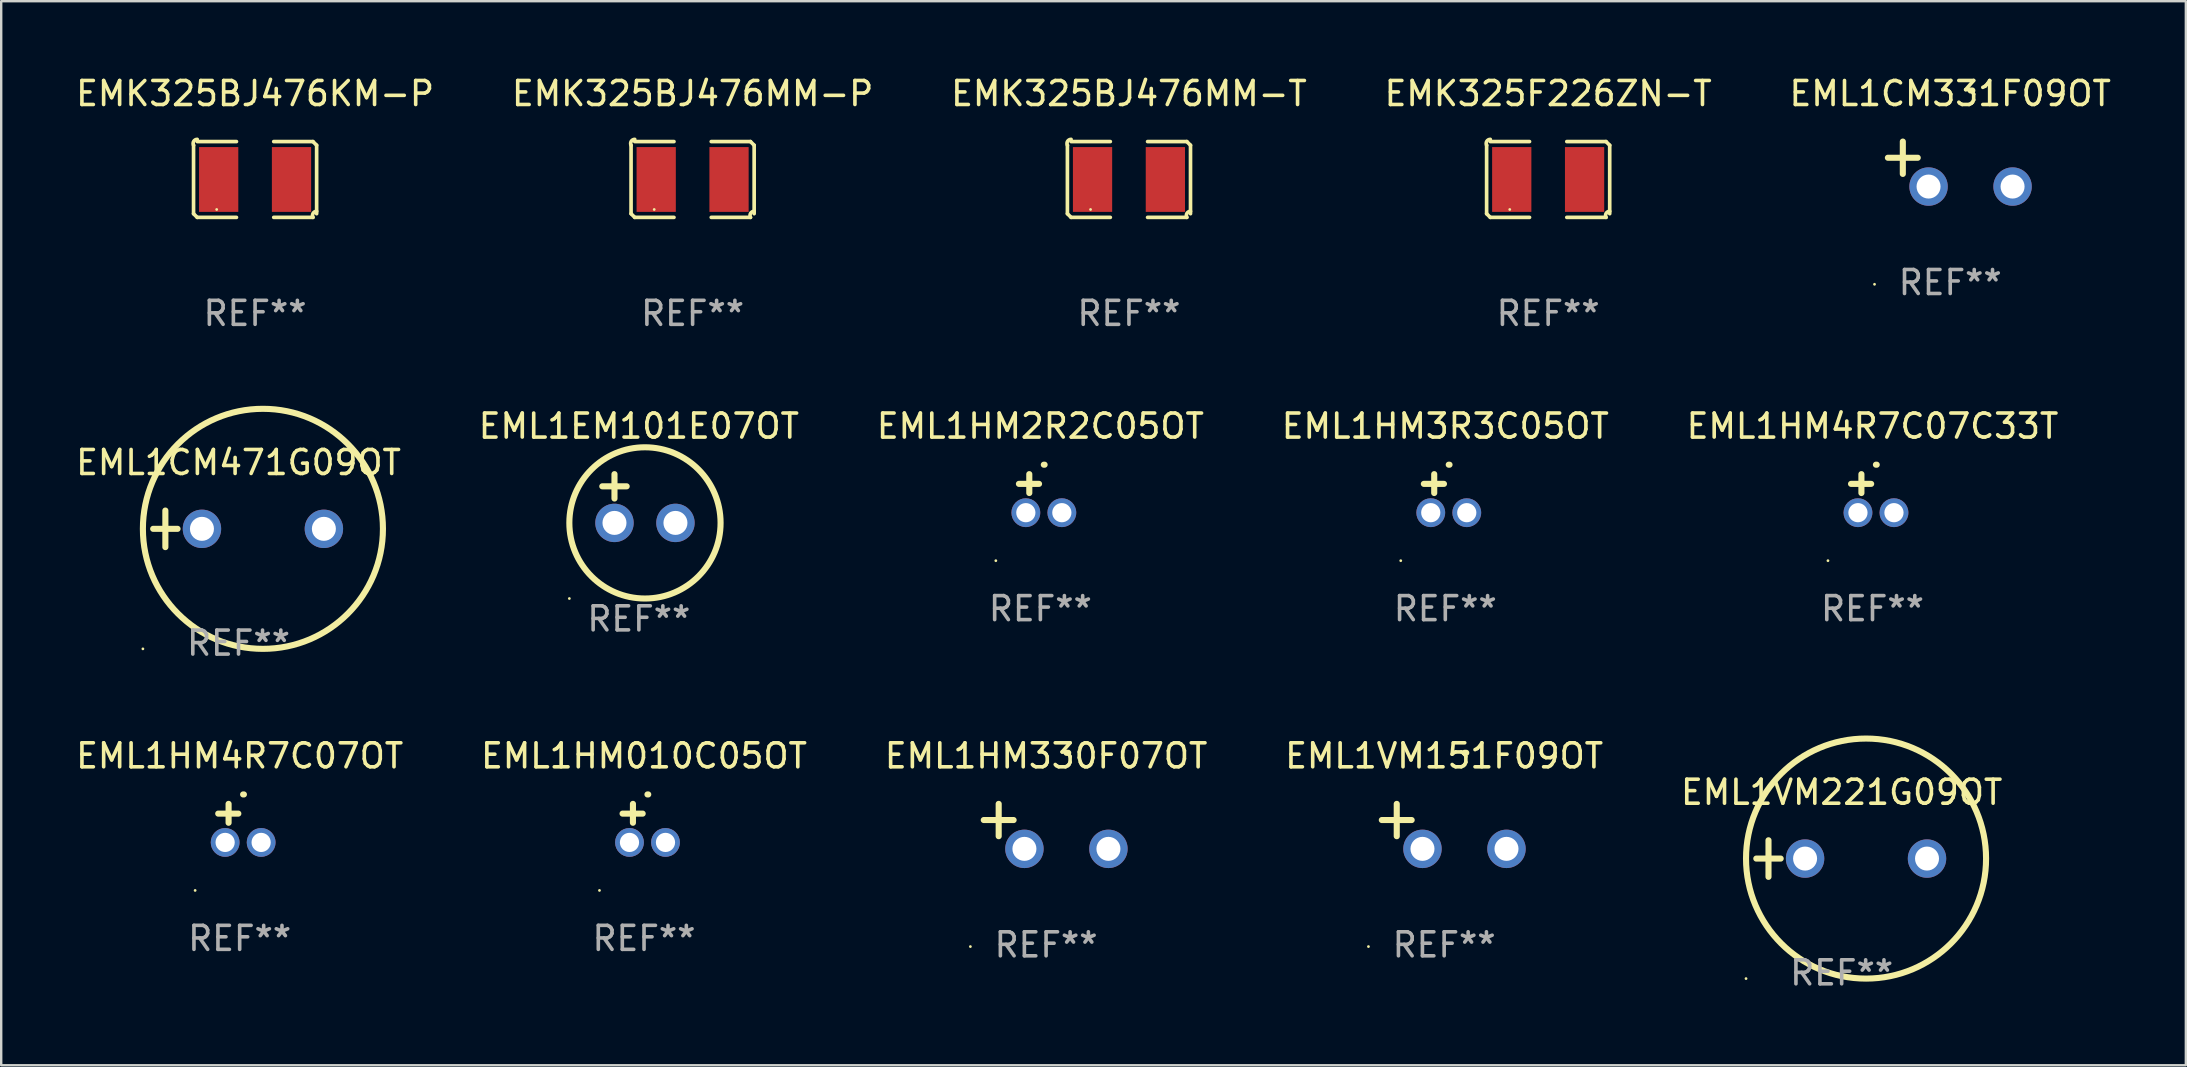
<source format=kicad_pcb>
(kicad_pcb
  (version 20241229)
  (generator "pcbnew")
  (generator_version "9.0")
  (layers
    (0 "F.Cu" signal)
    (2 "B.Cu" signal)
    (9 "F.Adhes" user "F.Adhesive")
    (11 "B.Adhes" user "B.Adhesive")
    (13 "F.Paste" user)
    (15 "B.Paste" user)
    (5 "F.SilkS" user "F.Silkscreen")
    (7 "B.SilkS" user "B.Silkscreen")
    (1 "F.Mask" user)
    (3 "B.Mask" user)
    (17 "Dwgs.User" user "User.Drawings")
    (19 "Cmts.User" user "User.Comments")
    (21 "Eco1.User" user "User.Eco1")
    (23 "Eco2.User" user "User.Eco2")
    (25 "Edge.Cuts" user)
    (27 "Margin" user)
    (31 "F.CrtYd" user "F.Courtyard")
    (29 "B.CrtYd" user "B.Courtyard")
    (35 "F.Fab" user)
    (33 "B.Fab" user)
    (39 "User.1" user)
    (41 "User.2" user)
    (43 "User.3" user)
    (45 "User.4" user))
  (footprint "EML1VM221G09OT"
    (layer "F.Cu")
    (at 73.673 32.718)
    (property "Reference" "EML1VM221G09OT" (at 0 -2.762 0) (layer "F.SilkS") (effects (font (size 1 1) (thickness 0.15))))
    (attr through_hole)
    (fp_line (start -3.556 0) (end -2.54 0) (stroke (width 0.254) (type solid)) (layer "F.SilkS"))
    (fp_line (start -3.048 -0.762) (end -3.048 0.762) (stroke (width 0.254) (type solid)) (layer "F.SilkS"))
    (fp_circle (center -3.984 5) (end -3.954 5) (stroke (width 0.06) (type solid)) (fill no) (layer "F.SilkS"))
    (fp_circle (center 1.016 0) (end 6.016 0) (stroke (width 0.254) (type solid)) (fill no) (layer "F.SilkS"))
    (fp_text user "REF**" (at 0 4.762 0) (layer "F.Fab") (effects (font (size 1 1) (thickness 0.15))))
    (pad "1" thru_hole circle (at -1.524 0) (size 1.6 1.6) (drill 1) (layers "*.Cu" "*.Mask"))
    (pad "2" thru_hole circle (at 3.556 0) (size 1.6 1.6) (drill 1) (layers "*.Cu" "*.Mask")))
  (footprint "EMK325BJ476MM-P"
    (layer "F.Cu")
    (at 25.804 4.427)
    (property "Reference" "EMK325BJ476MM-P" (at 0 -3.579 0) (layer "F.SilkS") (effects (font (size 1 1) (thickness 0.15))))
    (attr through_hole)
    (fp_line (start -2.564 1.426) (end -2.564 -1.426) (stroke (width 0.152) (type solid)) (layer "F.SilkS"))
    (fp_line (start -2.411 -1.579) (end -0.776 -1.579) (stroke (width 0.152) (type solid)) (layer "F.SilkS"))
    (fp_line (start -0.776 1.579) (end -2.411 1.579) (stroke (width 0.152) (type solid)) (layer "F.SilkS"))
    (fp_line (start 0.776 1.579) (end 2.411 1.579) (stroke (width 0.152) (type solid)) (layer "F.SilkS"))
    (fp_line (start 2.411 -1.579) (end 0.776 -1.579) (stroke (width 0.152) (type solid)) (layer "F.SilkS"))
    (fp_line (start 2.564 1.426) (end 2.564 -1.426) (stroke (width 0.152) (type solid)) (layer "F.SilkS"))
    (fp_arc (start -2.563602 -1.426213) (mid -2.555597 -1.591233) (end -2.411201 -1.671518) (stroke (width 0.1524) (type solid)) (layer "F.SilkS"))
    (fp_arc (start -2.5636 1.426214) (mid -2.487389 1.502402) (end -2.411201 1.578613) (stroke (width 0.1524) (type solid)) (layer "F.SilkS"))
    (fp_arc (start 2.411197 -1.578618) (mid 2.487403 -1.502419) (end 2.563602 -1.426213) (stroke (width 0.1524) (type solid)) (layer "F.SilkS"))
    (fp_arc (start 2.411201 1.578613) (mid 2.416214 1.409455) (end 2.563602 1.32629) (stroke (width 0.1524) (type solid)) (layer "F.SilkS"))
    (fp_circle (center -1.6 1.25) (end -1.57 1.25) (stroke (width 0.06) (type solid)) (fill no) (layer "F.SilkS"))
    (fp_text user "REF**" (at 0 5.579 0) (layer "F.Fab") (effects (font (size 1 1) (thickness 0.15))))
    (pad "1" smd rect (at -1.517 0) (size 1.635 2.7) (layers "F.Cu" "F.Mask" "F.Paste"))
    (pad "2" smd rect (at 1.517 0) (size 1.635 2.7) (layers "F.Cu" "F.Mask" "F.Paste")))
  (footprint "EML1CM331F09OT"
    (layer "F.Cu")
    (at 78.196 3.785)
    (property "Reference" "EML1CM331F09OT" (at 0 -2.937 0) (layer "F.SilkS") (effects (font (size 1 1) (thickness 0.15))))
    (attr through_hole)
    (fp_line (start -1.975 0.41) (end -1.975 -0.937) (stroke (width 0.254) (type solid)) (layer "F.SilkS"))
    (fp_line (start -1.353 -0.263) (end -2.597 -0.263) (stroke (width 0.254) (type solid)) (layer "F.SilkS"))
    (fp_arc (start 0.849809 -3.063957) (mid 0.885369 -3.064114) (end 0.920929 -3.063957) (stroke (width 0.254001) (type solid)) (layer "F.SilkS"))
    (fp_circle (center -3.154 5.008) (end -3.124 5.008) (stroke (width 0.06) (type solid)) (fill no) (layer "F.SilkS"))
    (fp_text user "REF**" (at 0 4.937 0) (layer "F.Fab") (effects (font (size 1 1) (thickness 0.15))))
    (pad "1" thru_hole circle (at -0.903 0.937) (size 1.6 1.6) (drill 1) (layers "*.Cu" "*.Mask"))
    (pad "2" thru_hole circle (at 2.597 0.937) (size 1.6 1.6) (drill 1) (layers "*.Cu" "*.Mask")))
  (footprint "EML1HM3R3C05OT"
    (layer "F.Cu")
    (at 57.161 17.505)
    (property "Reference" "EML1HM3R3C05OT" (at 0 -2.803 0) (layer "F.SilkS") (effects (font (size 1 1) (thickness 0.15))))
    (attr through_hole)
    (fp_line (start -0.462 -0.016) (end -0.462 -0.803) (stroke (width 0.254) (type solid)) (layer "F.SilkS"))
    (fp_line (start -0.056 -0.397) (end -0.894 -0.397) (stroke (width 0.254) (type solid)) (layer "F.SilkS"))
    (fp_arc (start 0.142799 -1.195784) (mid 0.159309 -1.195852) (end 0.175819 -1.195784) (stroke (width 0.254001) (type solid)) (layer "F.SilkS"))
    (fp_circle (center -1.856 2.803) (end -1.826 2.803) (stroke (width 0.06) (type solid)) (fill no) (layer "F.SilkS"))
    (fp_text user "REF**" (at 0 4.803 0) (layer "F.Fab") (effects (font (size 1 1) (thickness 0.15))))
    (pad "1" thru_hole circle (at -0.606 0.803) (size 1.2 1.2) (drill 0.8) (layers "*.Cu" "*.Mask"))
    (pad "2" thru_hole circle (at 0.894 0.803) (size 1.2 1.2) (drill 0.8) (layers "*.Cu" "*.Mask")))
  (footprint "EMK325F226ZN-T"
    (layer "F.Cu")
    (at 61.446 4.427)
    (property "Reference" "EMK325F226ZN-T" (at 0 -3.579 0) (layer "F.SilkS") (effects (font (size 1 1) (thickness 0.15))))
    (attr through_hole)
    (fp_line (start -2.564 1.426) (end -2.564 -1.426) (stroke (width 0.152) (type solid)) (layer "F.SilkS"))
    (fp_line (start -2.411 -1.579) (end -0.776 -1.579) (stroke (width 0.152) (type solid)) (layer "F.SilkS"))
    (fp_line (start -0.776 1.579) (end -2.411 1.579) (stroke (width 0.152) (type solid)) (layer "F.SilkS"))
    (fp_line (start 0.776 1.579) (end 2.411 1.579) (stroke (width 0.152) (type solid)) (layer "F.SilkS"))
    (fp_line (start 2.411 -1.579) (end 0.776 -1.579) (stroke (width 0.152) (type solid)) (layer "F.SilkS"))
    (fp_line (start 2.564 1.426) (end 2.564 -1.426) (stroke (width 0.152) (type solid)) (layer "F.SilkS"))
    (fp_arc (start -2.563602 -1.426213) (mid -2.555597 -1.591233) (end -2.411201 -1.671518) (stroke (width 0.1524) (type solid)) (layer "F.SilkS"))
    (fp_arc (start -2.5636 1.426214) (mid -2.487389 1.502402) (end -2.411201 1.578613) (stroke (width 0.1524) (type solid)) (layer "F.SilkS"))
    (fp_arc (start 2.411197 -1.578618) (mid 2.487403 -1.502419) (end 2.563602 -1.426213) (stroke (width 0.1524) (type solid)) (layer "F.SilkS"))
    (fp_arc (start 2.411201 1.578613) (mid 2.416214 1.409455) (end 2.563602 1.32629) (stroke (width 0.1524) (type solid)) (layer "F.SilkS"))
    (fp_circle (center -1.6 1.25) (end -1.57 1.25) (stroke (width 0.06) (type solid)) (fill no) (layer "F.SilkS"))
    (fp_text user "REF**" (at 0 5.579 0) (layer "F.Fab") (effects (font (size 1 1) (thickness 0.15))))
    (pad "1" smd rect (at -1.517 0) (size 1.635 2.7) (layers "F.Cu" "F.Mask" "F.Paste"))
    (pad "2" smd rect (at 1.517 0) (size 1.635 2.7) (layers "F.Cu" "F.Mask" "F.Paste")))
  (footprint "EML1CM471G09OT"
    (layer "F.Cu")
    (at 6.887 18.981)
    (property "Reference" "EML1CM471G09OT" (at 0 -2.762 0) (layer "F.SilkS") (effects (font (size 1 1) (thickness 0.15))))
    (attr through_hole)
    (fp_line (start -3.556 0) (end -2.54 0) (stroke (width 0.254) (type solid)) (layer "F.SilkS"))
    (fp_line (start -3.048 -0.762) (end -3.048 0.762) (stroke (width 0.254) (type solid)) (layer "F.SilkS"))
    (fp_circle (center -3.984 5) (end -3.954 5) (stroke (width 0.06) (type solid)) (fill no) (layer "F.SilkS"))
    (fp_circle (center 1.016 0) (end 6.016 0) (stroke (width 0.254) (type solid)) (fill no) (layer "F.SilkS"))
    (fp_text user "REF**" (at 0 4.762 0) (layer "F.Fab") (effects (font (size 1 1) (thickness 0.15))))
    (pad "1" thru_hole circle (at -1.524 0) (size 1.6 1.6) (drill 1) (layers "*.Cu" "*.Mask"))
    (pad "2" thru_hole circle (at 3.556 0) (size 1.6 1.6) (drill 1) (layers "*.Cu" "*.Mask")))
  (footprint "EML1HM330F07OT"
    (layer "F.Cu")
    (at 40.53 31.376)
    (property "Reference" "EML1HM330F07OT" (at 0 -2.937 0) (layer "F.SilkS") (effects (font (size 1 1) (thickness 0.15))))
    (attr through_hole)
    (fp_line (start -1.975 0.41) (end -1.975 -0.937) (stroke (width 0.254) (type solid)) (layer "F.SilkS"))
    (fp_line (start -1.353 -0.263) (end -2.597 -0.263) (stroke (width 0.254) (type solid)) (layer "F.SilkS"))
    (fp_arc (start 0.849809 -3.063957) (mid 0.885369 -3.064114) (end 0.920929 -3.063957) (stroke (width 0.254001) (type solid)) (layer "F.SilkS"))
    (fp_circle (center -3.154 5.008) (end -3.124 5.008) (stroke (width 0.06) (type solid)) (fill no) (layer "F.SilkS"))
    (fp_text user "REF**" (at 0 4.937 0) (layer "F.Fab") (effects (font (size 1 1) (thickness 0.15))))
    (pad "1" thru_hole circle (at -0.903 0.937) (size 1.6 1.6) (drill 1) (layers "*.Cu" "*.Mask"))
    (pad "2" thru_hole circle (at 2.597 0.937) (size 1.6 1.6) (drill 1) (layers "*.Cu" "*.Mask")))
  (footprint "EMK325BJ476MM-T"
    (layer "F.Cu")
    (at 43.982 4.427)
    (property "Reference" "EMK325BJ476MM-T" (at 0 -3.579 0) (layer "F.SilkS") (effects (font (size 1 1) (thickness 0.15))))
    (attr through_hole)
    (fp_line (start -2.564 1.426) (end -2.564 -1.426) (stroke (width 0.152) (type solid)) (layer "F.SilkS"))
    (fp_line (start -2.411 -1.579) (end -0.776 -1.579) (stroke (width 0.152) (type solid)) (layer "F.SilkS"))
    (fp_line (start -0.776 1.579) (end -2.411 1.579) (stroke (width 0.152) (type solid)) (layer "F.SilkS"))
    (fp_line (start 0.776 1.579) (end 2.411 1.579) (stroke (width 0.152) (type solid)) (layer "F.SilkS"))
    (fp_line (start 2.411 -1.579) (end 0.776 -1.579) (stroke (width 0.152) (type solid)) (layer "F.SilkS"))
    (fp_line (start 2.564 1.426) (end 2.564 -1.426) (stroke (width 0.152) (type solid)) (layer "F.SilkS"))
    (fp_arc (start -2.563602 -1.426213) (mid -2.555597 -1.591233) (end -2.411201 -1.671518) (stroke (width 0.1524) (type solid)) (layer "F.SilkS"))
    (fp_arc (start -2.5636 1.426214) (mid -2.487389 1.502402) (end -2.411201 1.578613) (stroke (width 0.1524) (type solid)) (layer "F.SilkS"))
    (fp_arc (start 2.411197 -1.578618) (mid 2.487403 -1.502419) (end 2.563602 -1.426213) (stroke (width 0.1524) (type solid)) (layer "F.SilkS"))
    (fp_arc (start 2.411201 1.578613) (mid 2.416214 1.409455) (end 2.563602 1.32629) (stroke (width 0.1524) (type solid)) (layer "F.SilkS"))
    (fp_circle (center -1.6 1.25) (end -1.57 1.25) (stroke (width 0.06) (type solid)) (fill no) (layer "F.SilkS"))
    (fp_text user "REF**" (at 0 5.579 0) (layer "F.Fab") (effects (font (size 1 1) (thickness 0.15))))
    (pad "1" smd rect (at -1.517 0) (size 1.635 2.7) (layers "F.Cu" "F.Mask" "F.Paste"))
    (pad "2" smd rect (at 1.517 0) (size 1.635 2.7) (layers "F.Cu" "F.Mask" "F.Paste")))
  (footprint "EML1VM151F09OT"
    (layer "F.Cu")
    (at 57.113 31.376)
    (property "Reference" "EML1VM151F09OT" (at 0 -2.937 0) (layer "F.SilkS") (effects (font (size 1 1) (thickness 0.15))))
    (attr through_hole)
    (fp_line (start -1.975 0.41) (end -1.975 -0.937) (stroke (width 0.254) (type solid)) (layer "F.SilkS"))
    (fp_line (start -1.353 -0.263) (end -2.597 -0.263) (stroke (width 0.254) (type solid)) (layer "F.SilkS"))
    (fp_arc (start 0.849809 -3.063957) (mid 0.885369 -3.064114) (end 0.920929 -3.063957) (stroke (width 0.254001) (type solid)) (layer "F.SilkS"))
    (fp_circle (center -3.154 5.008) (end -3.124 5.008) (stroke (width 0.06) (type solid)) (fill no) (layer "F.SilkS"))
    (fp_text user "REF**" (at 0 4.937 0) (layer "F.Fab") (effects (font (size 1 1) (thickness 0.15))))
    (pad "1" thru_hole circle (at -0.903 0.937) (size 1.6 1.6) (drill 1) (layers "*.Cu" "*.Mask"))
    (pad "2" thru_hole circle (at 2.597 0.937) (size 1.6 1.6) (drill 1) (layers "*.Cu" "*.Mask")))
  (footprint "EML1EM101E07OT"
    (layer "F.Cu")
    (at 23.565 17.718)
    (property "Reference" "EML1EM101E07OT" (at 0 -3.016 0) (layer "F.SilkS") (effects (font (size 1 1) (thickness 0.15))))
    (attr through_hole)
    (fp_line (start -1.524 -0.508) (end -0.508 -0.508) (stroke (width 0.254) (type solid)) (layer "F.SilkS"))
    (fp_line (start -1.016 -1.016) (end -1.016 0) (stroke (width 0.254) (type solid)) (layer "F.SilkS"))
    (fp_circle (center -2.896 4.166) (end -2.866 4.166) (stroke (width 0.06) (type solid)) (fill no) (layer "F.SilkS"))
    (fp_circle (center 0.254 1.016) (end 3.404 1.016) (stroke (width 0.254) (type solid)) (fill no) (layer "F.SilkS"))
    (fp_text user "REF**" (at 0 5.016 0) (layer "F.Fab") (effects (font (size 1 1) (thickness 0.15))))
    (pad "1" thru_hole circle (at -1.016 1.016) (size 1.6 1.6) (drill 1) (layers "*.Cu" "*.Mask"))
    (pad "2" thru_hole circle (at 1.524 1.016) (size 1.6 1.6) (drill 1) (layers "*.Cu" "*.Mask")))
  (footprint "EML1HM4R7C07OT"
    (layer "F.Cu")
    (at 6.935 31.242)
    (property "Reference" "EML1HM4R7C07OT" (at 0 -2.803 0) (layer "F.SilkS") (effects (font (size 1 1) (thickness 0.15))))
    (attr through_hole)
    (fp_line (start -0.462 -0.016) (end -0.462 -0.803) (stroke (width 0.254) (type solid)) (layer "F.SilkS"))
    (fp_line (start -0.056 -0.397) (end -0.894 -0.397) (stroke (width 0.254) (type solid)) (layer "F.SilkS"))
    (fp_arc (start 0.142799 -1.195784) (mid 0.159309 -1.195852) (end 0.175819 -1.195784) (stroke (width 0.254001) (type solid)) (layer "F.SilkS"))
    (fp_circle (center -1.856 2.803) (end -1.826 2.803) (stroke (width 0.06) (type solid)) (fill no) (layer "F.SilkS"))
    (fp_text user "REF**" (at 0 4.803 0) (layer "F.Fab") (effects (font (size 1 1) (thickness 0.15))))
    (pad "1" thru_hole circle (at -0.606 0.803) (size 1.2 1.2) (drill 0.8) (layers "*.Cu" "*.Mask"))
    (pad "2" thru_hole circle (at 0.894 0.803) (size 1.2 1.2) (drill 0.8) (layers "*.Cu" "*.Mask")))
  (footprint "EML1HM4R7C07C33T"
    (layer "F.Cu")
    (at 74.958 17.505)
    (property "Reference" "EML1HM4R7C07C33T" (at 0 -2.803 0) (layer "F.SilkS") (effects (font (size 1 1) (thickness 0.15))))
    (attr through_hole)
    (fp_line (start -0.462 -0.016) (end -0.462 -0.803) (stroke (width 0.254) (type solid)) (layer "F.SilkS"))
    (fp_line (start -0.056 -0.397) (end -0.894 -0.397) (stroke (width 0.254) (type solid)) (layer "F.SilkS"))
    (fp_arc (start 0.142799 -1.195784) (mid 0.159309 -1.195852) (end 0.175819 -1.195784) (stroke (width 0.254001) (type solid)) (layer "F.SilkS"))
    (fp_circle (center -1.856 2.803) (end -1.826 2.803) (stroke (width 0.06) (type solid)) (fill no) (layer "F.SilkS"))
    (fp_text user "REF**" (at 0 4.803 0) (layer "F.Fab") (effects (font (size 1 1) (thickness 0.15))))
    (pad "1" thru_hole circle (at -0.606 0.803) (size 1.2 1.2) (drill 0.8) (layers "*.Cu" "*.Mask"))
    (pad "2" thru_hole circle (at 0.894 0.803) (size 1.2 1.2) (drill 0.8) (layers "*.Cu" "*.Mask")))
  (footprint "EML1HM010C05OT"
    (layer "F.Cu")
    (at 23.78 31.242)
    (property "Reference" "EML1HM010C05OT" (at 0 -2.803 0) (layer "F.SilkS") (effects (font (size 1 1) (thickness 0.15))))
    (attr through_hole)
    (fp_line (start -0.462 -0.016) (end -0.462 -0.803) (stroke (width 0.254) (type solid)) (layer "F.SilkS"))
    (fp_line (start -0.056 -0.397) (end -0.894 -0.397) (stroke (width 0.254) (type solid)) (layer "F.SilkS"))
    (fp_arc (start 0.142799 -1.195784) (mid 0.159309 -1.195852) (end 0.175819 -1.195784) (stroke (width 0.254001) (type solid)) (layer "F.SilkS"))
    (fp_circle (center -1.856 2.803) (end -1.826 2.803) (stroke (width 0.06) (type solid)) (fill no) (layer "F.SilkS"))
    (fp_text user "REF**" (at 0 4.803 0) (layer "F.Fab") (effects (font (size 1 1) (thickness 0.15))))
    (pad "1" thru_hole circle (at -0.606 0.803) (size 1.2 1.2) (drill 0.8) (layers "*.Cu" "*.Mask"))
    (pad "2" thru_hole circle (at 0.894 0.803) (size 1.2 1.2) (drill 0.8) (layers "*.Cu" "*.Mask")))
  (footprint "EMK325BJ476KM-P"
    (layer "F.Cu")
    (at 7.577 4.427)
    (property "Reference" "EMK325BJ476KM-P" (at 0 -3.579 0) (layer "F.SilkS") (effects (font (size 1 1) (thickness 0.15))))
    (attr through_hole)
    (fp_line (start -2.564 1.426) (end -2.564 -1.426) (stroke (width 0.152) (type solid)) (layer "F.SilkS"))
    (fp_line (start -2.411 -1.579) (end -0.776 -1.579) (stroke (width 0.152) (type solid)) (layer "F.SilkS"))
    (fp_line (start -0.776 1.579) (end -2.411 1.579) (stroke (width 0.152) (type solid)) (layer "F.SilkS"))
    (fp_line (start 0.776 1.579) (end 2.411 1.579) (stroke (width 0.152) (type solid)) (layer "F.SilkS"))
    (fp_line (start 2.411 -1.579) (end 0.776 -1.579) (stroke (width 0.152) (type solid)) (layer "F.SilkS"))
    (fp_line (start 2.564 1.426) (end 2.564 -1.426) (stroke (width 0.152) (type solid)) (layer "F.SilkS"))
    (fp_arc (start -2.563602 -1.426213) (mid -2.555597 -1.591233) (end -2.411201 -1.671518) (stroke (width 0.1524) (type solid)) (layer "F.SilkS"))
    (fp_arc (start -2.5636 1.426214) (mid -2.487389 1.502402) (end -2.411201 1.578613) (stroke (width 0.1524) (type solid)) (layer "F.SilkS"))
    (fp_arc (start 2.411197 -1.578618) (mid 2.487403 -1.502419) (end 2.563602 -1.426213) (stroke (width 0.1524) (type solid)) (layer "F.SilkS"))
    (fp_arc (start 2.411201 1.578613) (mid 2.416214 1.409455) (end 2.563602 1.32629) (stroke (width 0.1524) (type solid)) (layer "F.SilkS"))
    (fp_circle (center -1.6 1.25) (end -1.57 1.25) (stroke (width 0.06) (type solid)) (fill no) (layer "F.SilkS"))
    (fp_text user "REF**" (at 0 5.579 0) (layer "F.Fab") (effects (font (size 1 1) (thickness 0.15))))
    (pad "1" smd rect (at -1.517 0) (size 1.635 2.7) (layers "F.Cu" "F.Mask" "F.Paste"))
    (pad "2" smd rect (at 1.517 0) (size 1.635 2.7) (layers "F.Cu" "F.Mask" "F.Paste")))
  (footprint "EML1HM2R2C05OT"
    (layer "F.Cu")
    (at 40.292 17.505)
    (property "Reference" "EML1HM2R2C05OT" (at 0 -2.803 0) (layer "F.SilkS") (effects (font (size 1 1) (thickness 0.15))))
    (attr through_hole)
    (fp_line (start -0.462 -0.016) (end -0.462 -0.803) (stroke (width 0.254) (type solid)) (layer "F.SilkS"))
    (fp_line (start -0.056 -0.397) (end -0.894 -0.397) (stroke (width 0.254) (type solid)) (layer "F.SilkS"))
    (fp_arc (start 0.142799 -1.195784) (mid 0.159309 -1.195852) (end 0.175819 -1.195784) (stroke (width 0.254001) (type solid)) (layer "F.SilkS"))
    (fp_circle (center -1.856 2.803) (end -1.826 2.803) (stroke (width 0.06) (type solid)) (fill no) (layer "F.SilkS"))
    (fp_text user "REF**" (at 0 4.803 0) (layer "F.Fab") (effects (font (size 1 1) (thickness 0.15))))
    (pad "1" thru_hole circle (at -0.606 0.803) (size 1.2 1.2) (drill 0.8) (layers "*.Cu" "*.Mask"))
    (pad "2" thru_hole circle (at 0.894 0.803) (size 1.2 1.2) (drill 0.8) (layers "*.Cu" "*.Mask")))
  (gr_rect
    (start -3 -3)
    (end 88.012 41.328)
    (stroke (width 0.1) (type default))
    (fill no)
    (layer "Edge.Cuts")))
</source>
